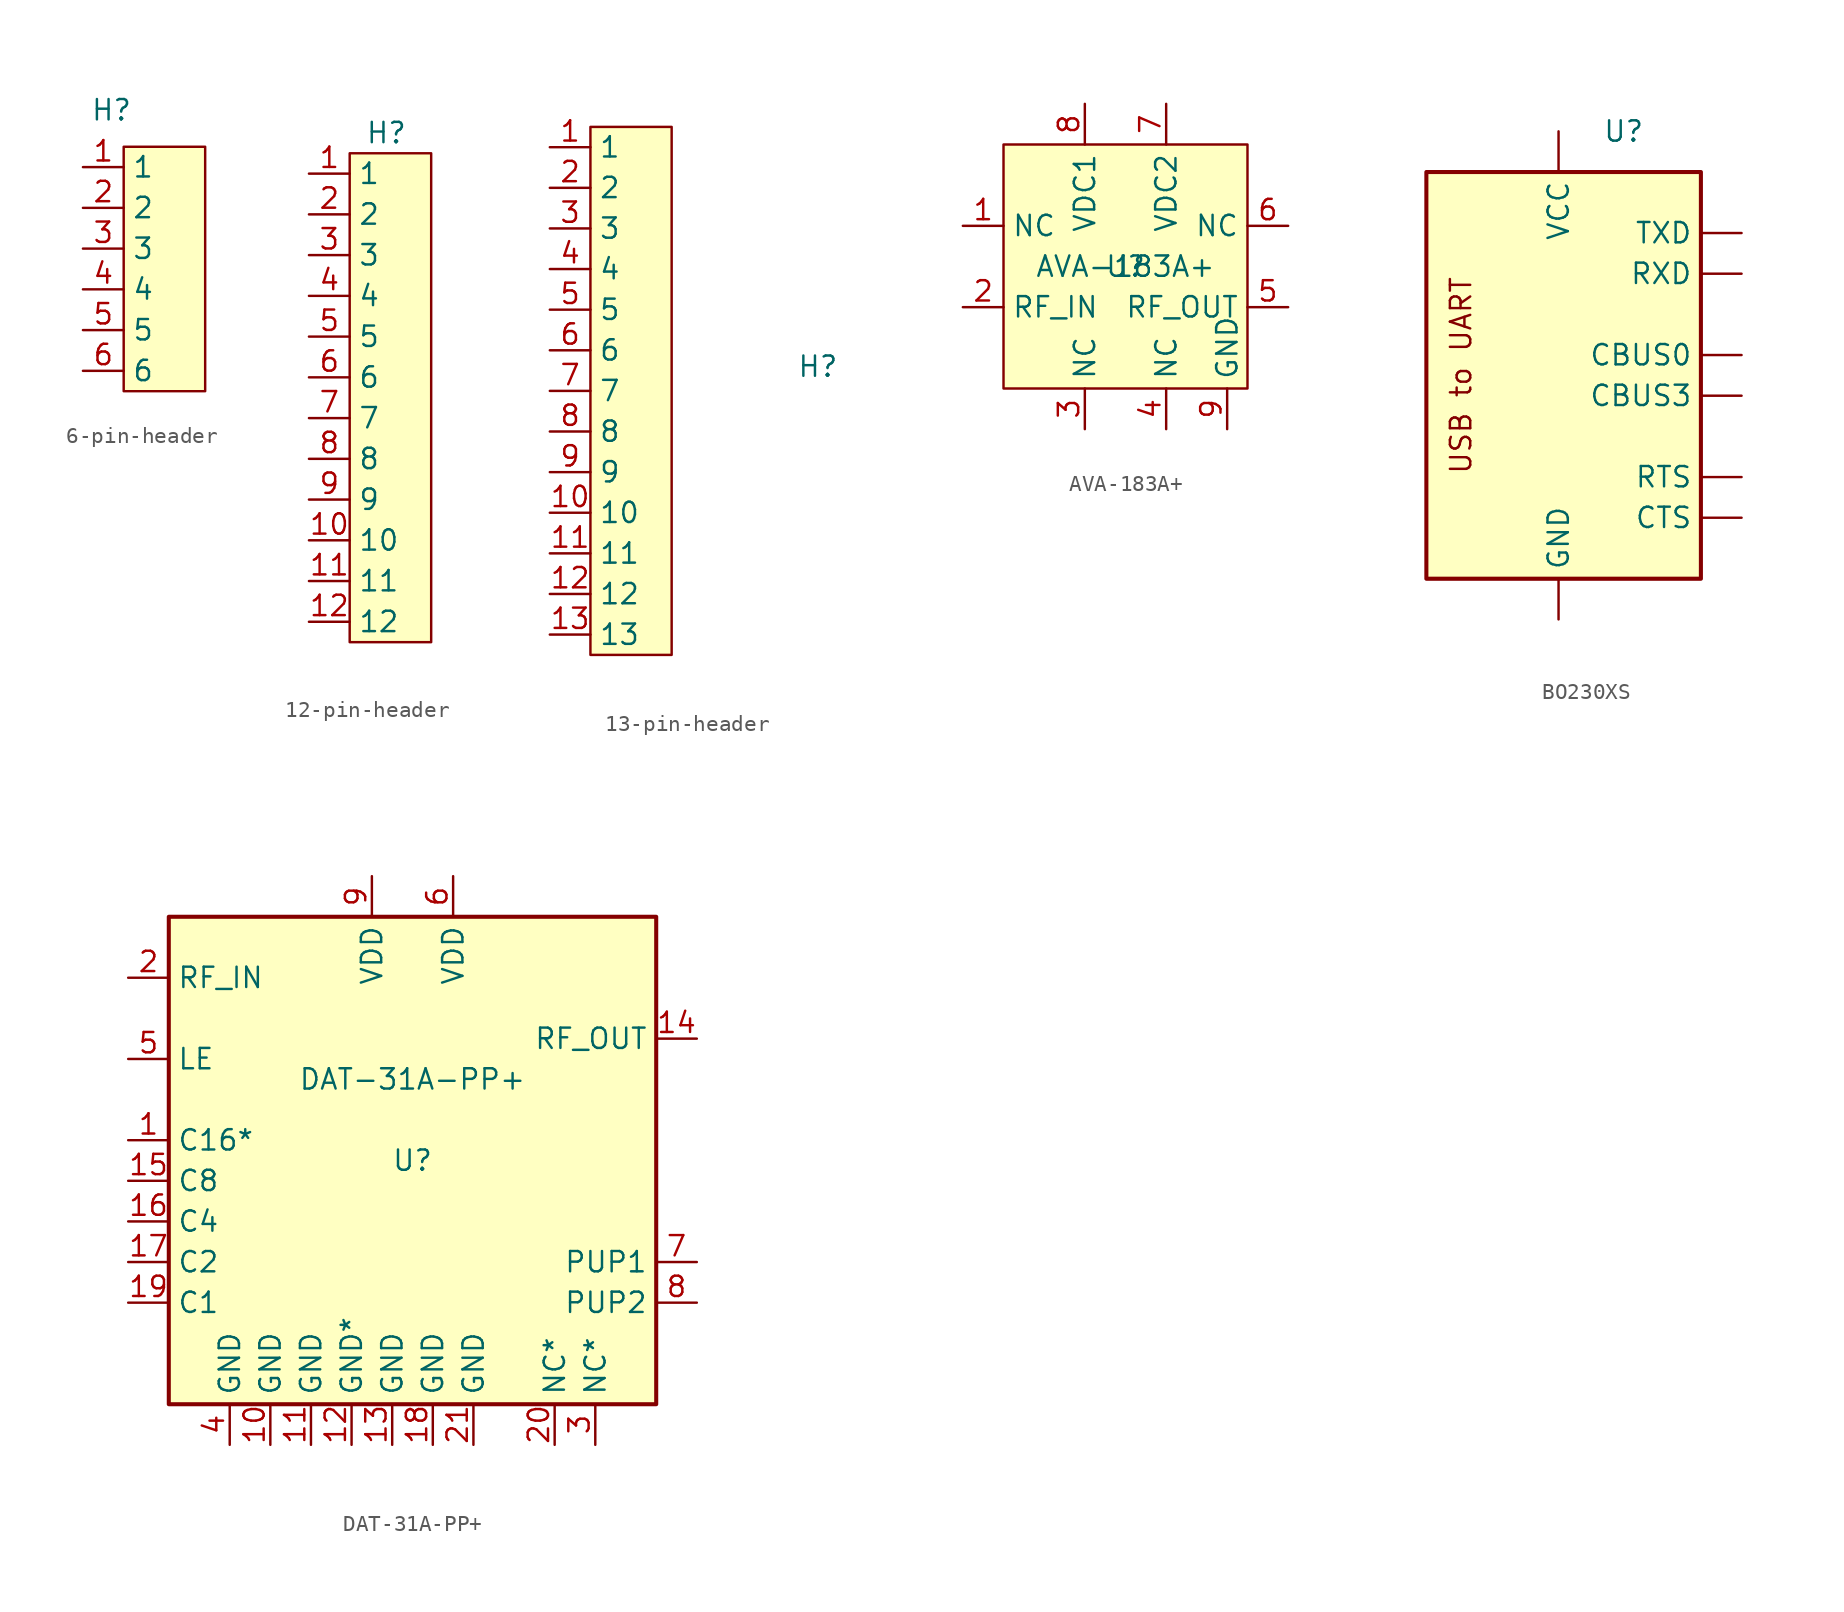
<source format=kicad_sym>
(kicad_symbol_lib
  (version 20241209)
  (generator "kicad_symbol_editor")
  (generator_version "9.0")
  (symbol "6-pin-header"
    (property "Reference" "H"
      (at -0.762 9.906 0)
      (effects (font (size 1.27 1.27))))
    (property "Value" ""
      (at 0 3.81 0)
      (effects (font (size 1.27 1.27))))
    (symbol "6-pin-header_1_1"
      (rectangle (start 0 7.62) (end 5.08 -7.62) (stroke (width 0) (type default)) (fill (type background)))
      (pin passive line (at -2.54 6.35 0) (length 2.54) (name "1" (effects (font (size 1.27 1.27)))) (number "1" (effects (font (size 1.27 1.27)))))
      (pin passive line (at -2.54 3.81 0) (length 2.54) (name "2" (effects (font (size 1.27 1.27)))) (number "2" (effects (font (size 1.27 1.27)))))
      (pin passive line (at -2.54 1.27 0) (length 2.54) (name "3" (effects (font (size 1.27 1.27)))) (number "3" (effects (font (size 1.27 1.27)))))
      (pin passive line (at -2.54 -1.27 0) (length 2.54) (name "4" (effects (font (size 1.27 1.27)))) (number "4" (effects (font (size 1.27 1.27)))))
      (pin passive line (at -2.54 -3.81 0) (length 2.54) (name "5" (effects (font (size 1.27 1.27)))) (number "5" (effects (font (size 1.27 1.27)))))
      (pin passive line (at -2.54 -6.35 0) (length 2.54) (name "6" (effects (font (size 1.27 1.27)))) (number "6" (effects (font (size 1.27 1.27)))))))
  (symbol "12-pin-header"
    (property "Reference" "H"
      (at 2.286 16.51 0)
      (effects (font (size 1.27 1.27))))
    (property "Value" ""
      (at 0 3.81 0)
      (effects (font (size 1.27 1.27))))
    (symbol "12-pin-header_1_1"
      (rectangle (start 0 15.24) (end 5.08 -15.24) (stroke (width 0) (type default)) (fill (type background)))
      (pin passive line (at -2.54 13.97 0) (length 2.54) (name "1" (effects (font (size 1.27 1.27)))) (number "1" (effects (font (size 1.27 1.27)))))
      (pin passive line (at -2.54 11.43 0) (length 2.54) (name "2" (effects (font (size 1.27 1.27)))) (number "2" (effects (font (size 1.27 1.27)))))
      (pin passive line (at -2.54 8.89 0) (length 2.54) (name "3" (effects (font (size 1.27 1.27)))) (number "3" (effects (font (size 1.27 1.27)))))
      (pin passive line (at -2.54 6.35 0) (length 2.54) (name "4" (effects (font (size 1.27 1.27)))) (number "4" (effects (font (size 1.27 1.27)))))
      (pin passive line (at -2.54 3.81 0) (length 2.54) (name "5" (effects (font (size 1.27 1.27)))) (number "5" (effects (font (size 1.27 1.27)))))
      (pin passive line (at -2.54 1.27 0) (length 2.54) (name "6" (effects (font (size 1.27 1.27)))) (number "6" (effects (font (size 1.27 1.27)))))
      (pin passive line (at -2.54 -1.27 0) (length 2.54) (name "7" (effects (font (size 1.27 1.27)))) (number "7" (effects (font (size 1.27 1.27)))))
      (pin passive line (at -2.54 -3.81 0) (length 2.54) (name "8" (effects (font (size 1.27 1.27)))) (number "8" (effects (font (size 1.27 1.27)))))
      (pin passive line (at -2.54 -6.35 0) (length 2.54) (name "9" (effects (font (size 1.27 1.27)))) (number "9" (effects (font (size 1.27 1.27)))))
      (pin passive line (at -2.54 -8.89 0) (length 2.54) (name "10" (effects (font (size 1.27 1.27)))) (number "10" (effects (font (size 1.27 1.27)))))
      (pin passive line (at -2.54 -11.43 0) (length 2.54) (name "11" (effects (font (size 1.27 1.27)))) (number "11" (effects (font (size 1.27 1.27)))))
      (pin passive line (at -2.54 -13.97 0) (length 2.54) (name "12" (effects (font (size 1.27 1.27)))) (number "12" (effects (font (size 1.27 1.27)))))))
  (symbol "13-pin-header"
    (property "Reference" "H"
      (at 14.224 1.524 0)
      (effects (font (size 1.27 1.27))))
    (property "Value" ""
      (at 0 6.35 0)
      (effects (font (size 1.27 1.27))))
    (symbol "13-pin-header_1_1"
      (rectangle (start 0 16.51) (end 5.08 -16.51) (stroke (width 0) (type default)) (fill (type background)))
      (pin passive line (at -2.54 15.24 0) (length 2.54) (name "1" (effects (font (size 1.27 1.27)))) (number "1" (effects (font (size 1.27 1.27)))))
      (pin passive line (at -2.54 12.7 0) (length 2.54) (name "2" (effects (font (size 1.27 1.27)))) (number "2" (effects (font (size 1.27 1.27)))))
      (pin passive line (at -2.54 10.16 0) (length 2.54) (name "3" (effects (font (size 1.27 1.27)))) (number "3" (effects (font (size 1.27 1.27)))))
      (pin passive line (at -2.54 7.62 0) (length 2.54) (name "4" (effects (font (size 1.27 1.27)))) (number "4" (effects (font (size 1.27 1.27)))))
      (pin passive line (at -2.54 5.08 0) (length 2.54) (name "5" (effects (font (size 1.27 1.27)))) (number "5" (effects (font (size 1.27 1.27)))))
      (pin passive line (at -2.54 2.54 0) (length 2.54) (name "6" (effects (font (size 1.27 1.27)))) (number "6" (effects (font (size 1.27 1.27)))))
      (pin passive line (at -2.54 0 0) (length 2.54) (name "7" (effects (font (size 1.27 1.27)))) (number "7" (effects (font (size 1.27 1.27)))))
      (pin passive line (at -2.54 -2.54 0) (length 2.54) (name "8" (effects (font (size 1.27 1.27)))) (number "8" (effects (font (size 1.27 1.27)))))
      (pin passive line (at -2.54 -5.08 0) (length 2.54) (name "9" (effects (font (size 1.27 1.27)))) (number "9" (effects (font (size 1.27 1.27)))))
      (pin passive line (at -2.54 -7.62 0) (length 2.54) (name "10" (effects (font (size 1.27 1.27)))) (number "10" (effects (font (size 1.27 1.27)))))
      (pin passive line (at -2.54 -10.16 0) (length 2.54) (name "11" (effects (font (size 1.27 1.27)))) (number "11" (effects (font (size 1.27 1.27)))))
      (pin passive line (at -2.54 -12.7 0) (length 2.54) (name "12" (effects (font (size 1.27 1.27)))) (number "12" (effects (font (size 1.27 1.27)))))
      (pin passive line (at -2.54 -15.24 0) (length 2.54) (name "13" (effects (font (size 1.27 1.27)))) (number "13" (effects (font (size 1.27 1.27)))))))
  (symbol "AVA-183A+"
    (property "Reference" "U"
      (at 0 0 0)
      (effects (font (size 1.27 1.27))))
    (property "Value" "AVA-183A+"
      (at 0 0 0)
      (effects (font (size 1.27 1.27))))
    (symbol "AVA-183A+_1_1"
      (rectangle (start -7.62 7.62) (end 7.62 -7.62) (stroke (width 0) (type default)) (fill (type background)))
      (pin passive line (at -10.16 2.54 0) (length 2.54) (name "NC" (effects (font (size 1.27 1.27)))) (number "1" (effects (font (size 1.27 1.27)))))
      (pin passive line (at -10.16 -2.54 0) (length 2.54) (name "RF_IN" (effects (font (size 1.27 1.27)))) (number "2" (effects (font (size 1.27 1.27)))))
      (pin passive line (at -2.54 10.16 270) (length 2.54) (name "VDC1" (effects (font (size 1.27 1.27)))) (number "8" (effects (font (size 1.27 1.27)))))
      (pin passive line (at -2.54 -10.16 90) (length 2.54) (name "NC" (effects (font (size 1.27 1.27)))) (number "3" (effects (font (size 1.27 1.27)))))
      (pin passive line (at 2.54 10.16 270) (length 2.54) (name "VDC2" (effects (font (size 1.27 1.27)))) (number "7" (effects (font (size 1.27 1.27)))))
      (pin passive line (at 2.54 -10.16 90) (length 2.54) (name "NC" (effects (font (size 1.27 1.27)))) (number "4" (effects (font (size 1.27 1.27)))))
      (pin passive line (at 6.35 -10.16 90) (length 2.54) (name "GND" (effects (font (size 1.27 1.27)))) (number "9" (effects (font (size 1.27 1.27)))))
      (pin passive line (at 10.16 2.54 180) (length 2.54) (name "NC" (effects (font (size 1.27 1.27)))) (number "6" (effects (font (size 1.27 1.27)))))
      (pin passive line (at 10.16 -2.54 180) (length 2.54) (name "RF_OUT" (effects (font (size 1.27 1.27)))) (number "5" (effects (font (size 1.27 1.27)))))))
  (symbol "BO230XS"
    (property "Reference" "U"
      (at 4.064 15.24 0)
      (effects (font (size 1.27 1.27))))
    (property "Value" ""
      (at 0 0 0)
      (effects (font (size 1.27 1.27))))
    (symbol "BO230XS_1_1"
      (rectangle (start -8.255 12.7) (end 8.89 -12.7) (stroke (width 0.254) (type default)) (fill (type background)))
      (text "USB to UART" (at -6.096 0 900) (effects (font (size 1.27 1.27))))
      (pin power_in line (at 0 15.24 270) (length 2.54) (name "VCC" (effects (font (size 1.27 1.27)))) (number "" (effects (font (size 1.27 1.27)))))
      (pin power_in line (at 0 -15.24 90) (length 2.54) (name "GND" (effects (font (size 1.27 1.27)))) (number "" (effects (font (size 1.27 1.27)))))
      (pin bidirectional line (at 11.43 8.89 180) (length 2.54) (name "TXD" (effects (font (size 1.27 1.27)))) (number "" (effects (font (size 1.27 1.27)))))
      (pin bidirectional line (at 11.43 6.35 180) (length 2.54) (name "RXD" (effects (font (size 1.27 1.27)))) (number "" (effects (font (size 1.27 1.27)))))
      (pin bidirectional line (at 11.43 1.27 180) (length 2.54) (name "CBUS0" (effects (font (size 1.27 1.27)))) (number "" (effects (font (size 1.27 1.27)))))
      (pin bidirectional line (at 11.43 -1.27 180) (length 2.54) (name "CBUS3" (effects (font (size 1.27 1.27)))) (number "" (effects (font (size 1.27 1.27)))))
      (pin bidirectional line (at 11.43 -6.35 180) (length 2.54) (name "RTS" (effects (font (size 1.27 1.27)))) (number "" (effects (font (size 1.27 1.27)))))
      (pin bidirectional line (at 11.43 -8.89 180) (length 2.54) (name "CTS" (effects (font (size 1.27 1.27)))) (number "" (effects (font (size 1.27 1.27)))))))
  (symbol "DAT-31A-PP+"
    (property "Reference" "U"
      (at 0 0 0)
      (effects (font (size 1.27 1.27))))
    (property "Value" "DAT-31A-PP+"
      (at 0 5.08 0)
      (effects (font (size 1.27 1.27))))
    (symbol "DAT-31A-PP+_1_1"
      (rectangle (start -15.24 15.24) (end 15.24 -15.24) (stroke (width 0.254) (type default)) (fill (type background)))
      (pin passive line (at -17.78 11.43 0) (length 2.54) (name "RF_IN" (effects (font (size 1.27 1.27)))) (number "2" (effects (font (size 1.27 1.27)))))
      (pin input line (at -17.78 6.35 0) (length 2.54) (name "LE" (effects (font (size 1.27 1.27)))) (number "5" (effects (font (size 1.27 1.27)))))
      (pin input line (at -17.78 1.27 0) (length 2.54) (name "C16*" (effects (font (size 1.27 1.27)))) (number "1" (effects (font (size 1.27 1.27)))))
      (pin input line (at -17.78 -1.27 0) (length 2.54) (name "C8" (effects (font (size 1.27 1.27)))) (number "15" (effects (font (size 1.27 1.27)))))
      (pin input line (at -17.78 -3.81 0) (length 2.54) (name "C4" (effects (font (size 1.27 1.27)))) (number "16" (effects (font (size 1.27 1.27)))))
      (pin input line (at -17.78 -6.35 0) (length 2.54) (name "C2" (effects (font (size 1.27 1.27)))) (number "17" (effects (font (size 1.27 1.27)))))
      (pin input line (at -17.78 -8.89 0) (length 2.54) (name "C1" (effects (font (size 1.27 1.27)))) (number "19" (effects (font (size 1.27 1.27)))))
      (pin power_in line (at -11.43 -17.78 90) (length 2.54) (name "GND" (effects (font (size 1.27 1.27)))) (number "4" (effects (font (size 1.27 1.27)))))
      (pin power_in line (at -8.89 -17.78 90) (length 2.54) (name "GND" (effects (font (size 1.27 1.27)))) (number "10" (effects (font (size 1.27 1.27)))))
      (pin power_in line (at -6.35 -17.78 90) (length 2.54) (name "GND" (effects (font (size 1.27 1.27)))) (number "11" (effects (font (size 1.27 1.27)))))
      (pin power_in line (at -3.81 -17.78 90) (length 2.54) (name "GND*" (effects (font (size 1.27 1.27)))) (number "12" (effects (font (size 1.27 1.27)))))
      (pin power_in line (at -2.54 17.78 270) (length 2.54) (name "VDD" (effects (font (size 1.27 1.27)))) (number "9" (effects (font (size 1.27 1.27)))))
      (pin power_in line (at -1.27 -17.78 90) (length 2.54) (name "GND" (effects (font (size 1.27 1.27)))) (number "13" (effects (font (size 1.27 1.27)))))
      (pin power_in line (at 1.27 -17.78 90) (length 2.54) (name "GND" (effects (font (size 1.27 1.27)))) (number "18" (effects (font (size 1.27 1.27)))))
      (pin power_in line (at 2.54 17.78 270) (length 2.54) (name "VDD" (effects (font (size 1.27 1.27)))) (number "6" (effects (font (size 1.27 1.27)))))
      (pin power_in line (at 3.81 -17.78 90) (length 2.54) (name "GND" (effects (font (size 1.27 1.27)))) (number "21" (effects (font (size 1.27 1.27)))))
      (pin passive line (at 8.89 -17.78 90) (length 2.54) (name "NC*" (effects (font (size 1.27 1.27)))) (number "20" (effects (font (size 1.27 1.27)))))
      (pin input line (at 11.43 -17.78 90) (length 2.54) (name "NC*" (effects (font (size 1.27 1.27)))) (number "3" (effects (font (size 1.27 1.27)))))
      (pin passive line (at 17.78 7.62 180) (length 2.54) (name "RF_OUT" (effects (font (size 1.27 1.27)))) (number "14" (effects (font (size 1.27 1.27)))))
      (pin input line (at 17.78 -6.35 180) (length 2.54) (name "PUP1" (effects (font (size 1.27 1.27)))) (number "7" (effects (font (size 1.27 1.27)))))
      (pin input line (at 17.78 -8.89 180) (length 2.54) (name "PUP2" (effects (font (size 1.27 1.27)))) (number "8" (effects (font (size 1.27 1.27))))))))
</source>
